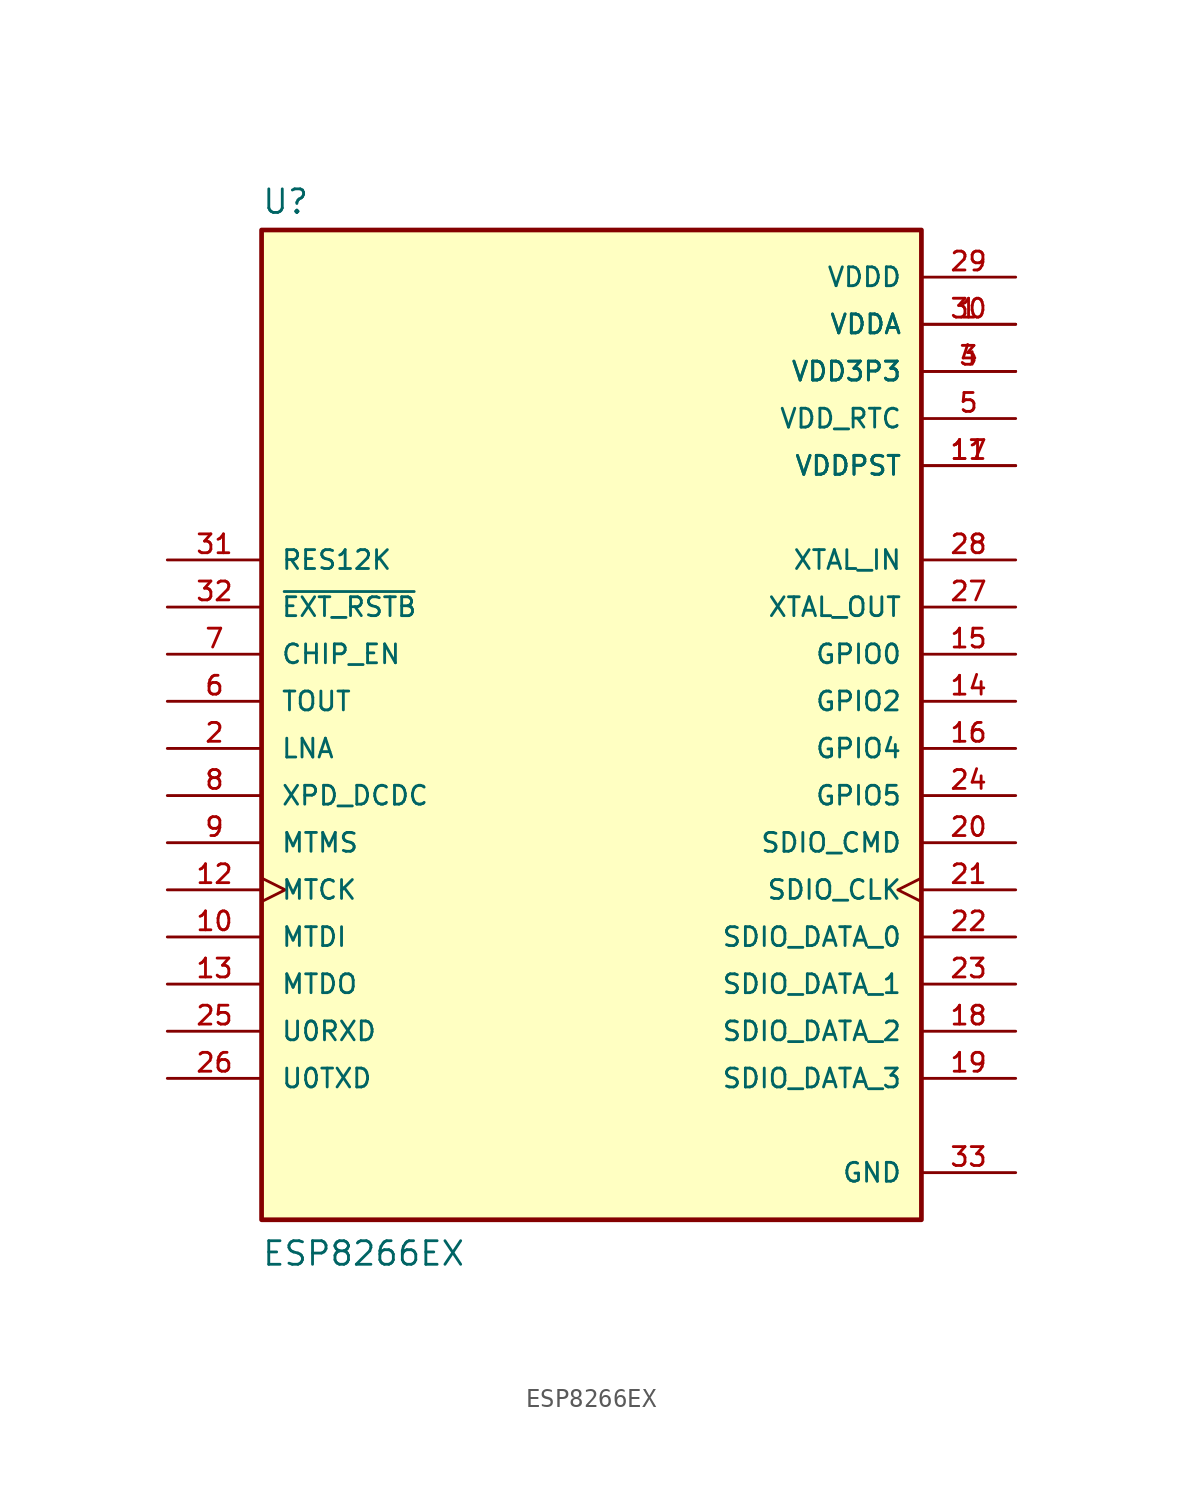
<source format=kicad_sym>
(kicad_symbol_lib
  (version 20211014)
  (generator kicad_symbol_editor)
  (symbol "ESP8266EX"
    (pin_names
      (offset 1.016))
    (property "Reference" "U"
      (at -17.793 28.723 0)
      (effects (font (size 1.27 1.27)) (justify bottom left)))
    (property "Value" "ESP8266EX"
      (at -17.795 -27.963 0)
      (effects (font (size 1.27 1.27)) (justify bottom left)))
    (symbol "ESP8266EX_0_0"
      (rectangle (start -17.78 -25.4) (end 17.78 27.94) (stroke (width 0.254)) (fill (type background)))
      (pin power_in line (at 22.86 22.86 180.0) (length 5.08) (name "VDDA" (effects (font (size 1.016 1.016)))) (number "1" (effects (font (size 1.016 1.016)))))
      (pin power_in line (at 22.86 22.86 180.0) (length 5.08) (name "VDDA" (effects (font (size 1.016 1.016)))) (number "30" (effects (font (size 1.016 1.016)))))
      (pin bidirectional line (at -22.86 0.0 0) (length 5.08) (name "LNA" (effects (font (size 1.016 1.016)))) (number "2" (effects (font (size 1.016 1.016)))))
      (pin power_in line (at 22.86 20.32 180.0) (length 5.08) (name "VDD3P3" (effects (font (size 1.016 1.016)))) (number "3" (effects (font (size 1.016 1.016)))))
      (pin power_in line (at 22.86 20.32 180.0) (length 5.08) (name "VDD3P3" (effects (font (size 1.016 1.016)))) (number "4" (effects (font (size 1.016 1.016)))))
      (pin power_in line (at 22.86 17.78 180.0) (length 5.08) (name "VDD_RTC" (effects (font (size 1.016 1.016)))) (number "5" (effects (font (size 1.016 1.016)))))
      (pin input line (at -22.86 2.54 0) (length 5.08) (name "TOUT" (effects (font (size 1.016 1.016)))) (number "6" (effects (font (size 1.016 1.016)))))
      (pin input line (at -22.86 5.08 0) (length 5.08) (name "CHIP_EN" (effects (font (size 1.016 1.016)))) (number "7" (effects (font (size 1.016 1.016)))))
      (pin bidirectional line (at -22.86 -2.54 0) (length 5.08) (name "XPD_DCDC" (effects (font (size 1.016 1.016)))) (number "8" (effects (font (size 1.016 1.016)))))
      (pin bidirectional line (at -22.86 -5.08 0) (length 5.08) (name "MTMS" (effects (font (size 1.016 1.016)))) (number "9" (effects (font (size 1.016 1.016)))))
      (pin bidirectional line (at -22.86 -10.16 0) (length 5.08) (name "MTDI" (effects (font (size 1.016 1.016)))) (number "10" (effects (font (size 1.016 1.016)))))
      (pin bidirectional clock (at -22.86 -7.62 0) (length 5.08) (name "MTCK" (effects (font (size 1.016 1.016)))) (number "12" (effects (font (size 1.016 1.016)))))
      (pin power_in line (at 22.86 15.24 180.0) (length 5.08) (name "VDDPST" (effects (font (size 1.016 1.016)))) (number "11" (effects (font (size 1.016 1.016)))))
      (pin power_in line (at 22.86 15.24 180.0) (length 5.08) (name "VDDPST" (effects (font (size 1.016 1.016)))) (number "17" (effects (font (size 1.016 1.016)))))
      (pin bidirectional line (at -22.86 -12.7 0) (length 5.08) (name "MTDO" (effects (font (size 1.016 1.016)))) (number "13" (effects (font (size 1.016 1.016)))))
      (pin bidirectional line (at 22.86 5.08 180.0) (length 5.08) (name "GPIO0" (effects (font (size 1.016 1.016)))) (number "15" (effects (font (size 1.016 1.016)))))
      (pin bidirectional line (at 22.86 2.54 180.0) (length 5.08) (name "GPIO2" (effects (font (size 1.016 1.016)))) (number "14" (effects (font (size 1.016 1.016)))))
      (pin bidirectional line (at 22.86 0.0 180.0) (length 5.08) (name "GPIO4" (effects (font (size 1.016 1.016)))) (number "16" (effects (font (size 1.016 1.016)))))
      (pin bidirectional line (at 22.86 -2.54 180.0) (length 5.08) (name "GPIO5" (effects (font (size 1.016 1.016)))) (number "24" (effects (font (size 1.016 1.016)))))
      (pin bidirectional line (at 22.86 -15.24 180.0) (length 5.08) (name "SDIO_DATA_2" (effects (font (size 1.016 1.016)))) (number "18" (effects (font (size 1.016 1.016)))))
      (pin bidirectional line (at 22.86 -17.78 180.0) (length 5.08) (name "SDIO_DATA_3" (effects (font (size 1.016 1.016)))) (number "19" (effects (font (size 1.016 1.016)))))
      (pin bidirectional line (at 22.86 -5.08 180.0) (length 5.08) (name "SDIO_CMD" (effects (font (size 1.016 1.016)))) (number "20" (effects (font (size 1.016 1.016)))))
      (pin bidirectional clock (at 22.86 -7.62 180.0) (length 5.08) (name "SDIO_CLK" (effects (font (size 1.016 1.016)))) (number "21" (effects (font (size 1.016 1.016)))))
      (pin bidirectional line (at 22.86 -10.16 180.0) (length 5.08) (name "SDIO_DATA_0" (effects (font (size 1.016 1.016)))) (number "22" (effects (font (size 1.016 1.016)))))
      (pin bidirectional line (at 22.86 -12.7 180.0) (length 5.08) (name "SDIO_DATA_1" (effects (font (size 1.016 1.016)))) (number "23" (effects (font (size 1.016 1.016)))))
      (pin power_in line (at 22.86 25.4 180.0) (length 5.08) (name "VDDD" (effects (font (size 1.016 1.016)))) (number "29" (effects (font (size 1.016 1.016)))))
      (pin input line (at -22.86 7.62 0) (length 5.08) (name "~{EXT_RSTB}" (effects (font (size 1.016 1.016)))) (number "32" (effects (font (size 1.016 1.016)))))
      (pin input line (at -22.86 10.16 0) (length 5.08) (name "RES12K" (effects (font (size 1.016 1.016)))) (number "31" (effects (font (size 1.016 1.016)))))
      (pin bidirectional line (at 22.86 10.16 180.0) (length 5.08) (name "XTAL_IN" (effects (font (size 1.016 1.016)))) (number "28" (effects (font (size 1.016 1.016)))))
      (pin bidirectional line (at 22.86 7.62 180.0) (length 5.08) (name "XTAL_OUT" (effects (font (size 1.016 1.016)))) (number "27" (effects (font (size 1.016 1.016)))))
      (pin bidirectional line (at -22.86 -15.24 0) (length 5.08) (name "U0RXD" (effects (font (size 1.016 1.016)))) (number "25" (effects (font (size 1.016 1.016)))))
      (pin bidirectional line (at -22.86 -17.78 0) (length 5.08) (name "U0TXD" (effects (font (size 1.016 1.016)))) (number "26" (effects (font (size 1.016 1.016)))))
      (pin power_in line (at 22.86 -22.86 180.0) (length 5.08) (name "GND" (effects (font (size 1.016 1.016)))) (number "33" (effects (font (size 1.016 1.016))))))))
</source>
